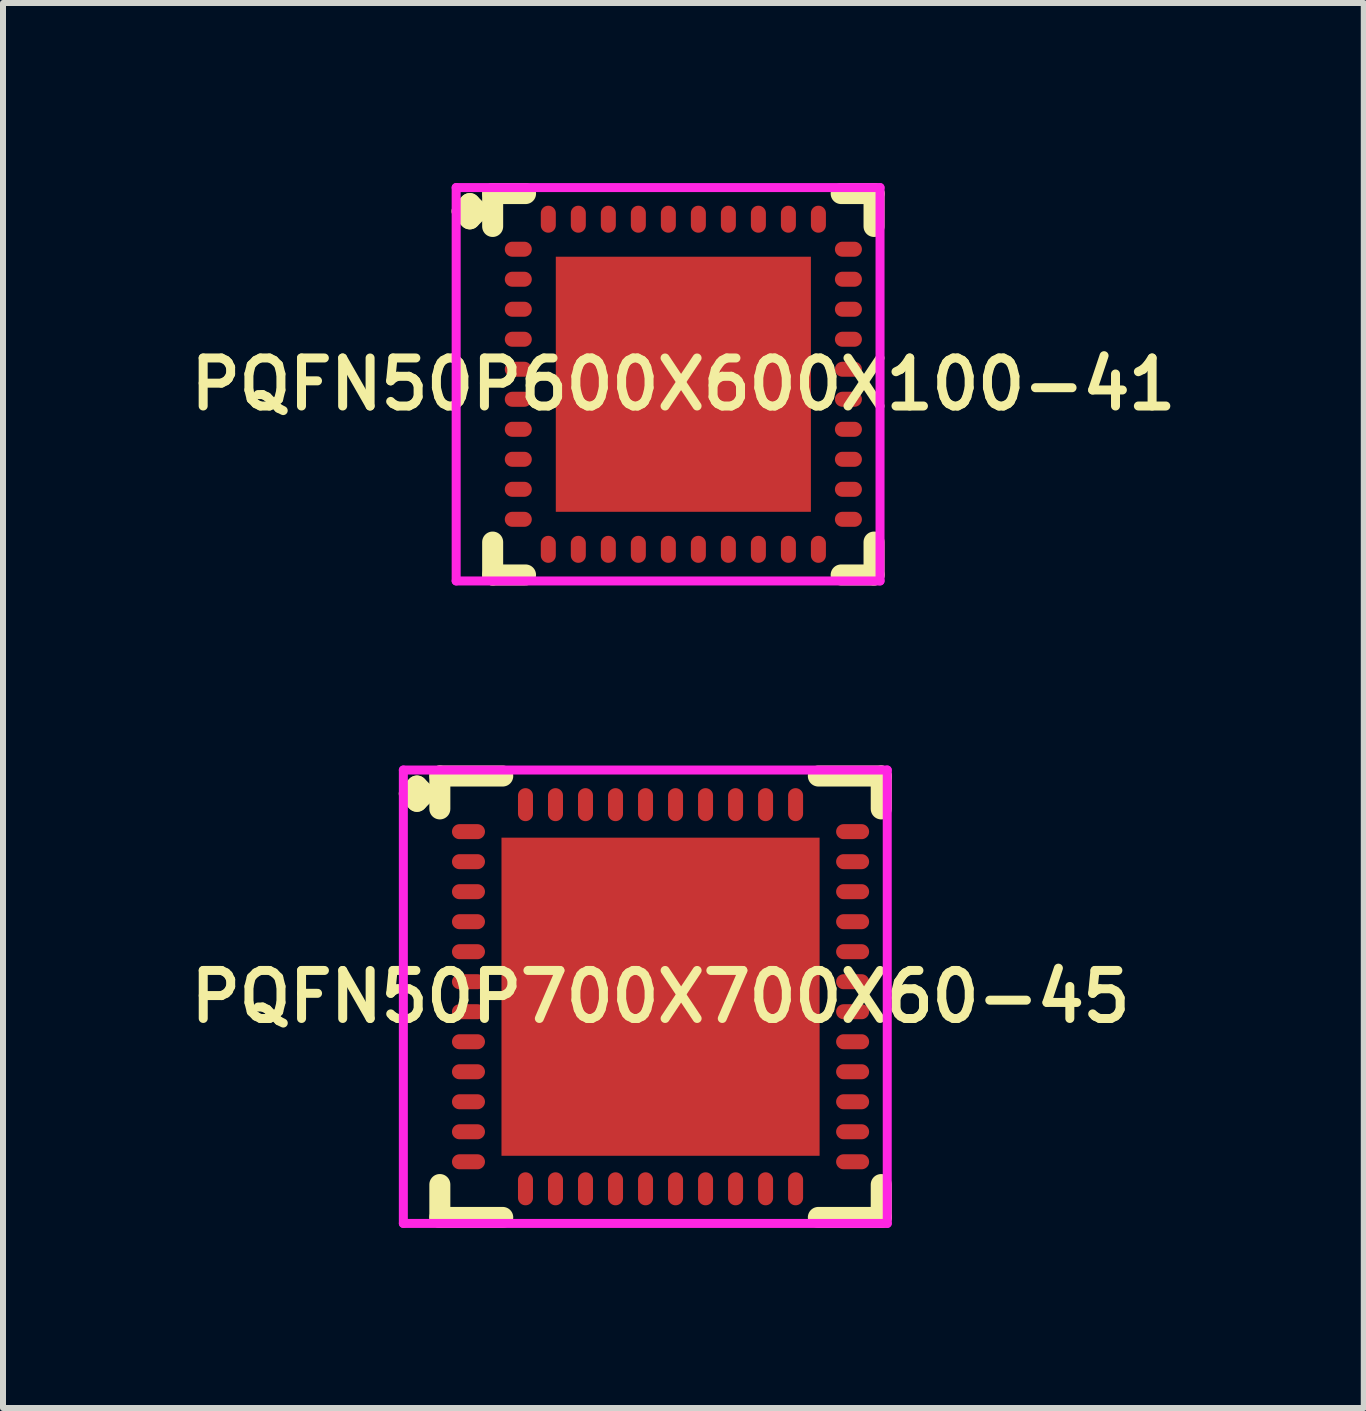
<source format=kicad_pcb>
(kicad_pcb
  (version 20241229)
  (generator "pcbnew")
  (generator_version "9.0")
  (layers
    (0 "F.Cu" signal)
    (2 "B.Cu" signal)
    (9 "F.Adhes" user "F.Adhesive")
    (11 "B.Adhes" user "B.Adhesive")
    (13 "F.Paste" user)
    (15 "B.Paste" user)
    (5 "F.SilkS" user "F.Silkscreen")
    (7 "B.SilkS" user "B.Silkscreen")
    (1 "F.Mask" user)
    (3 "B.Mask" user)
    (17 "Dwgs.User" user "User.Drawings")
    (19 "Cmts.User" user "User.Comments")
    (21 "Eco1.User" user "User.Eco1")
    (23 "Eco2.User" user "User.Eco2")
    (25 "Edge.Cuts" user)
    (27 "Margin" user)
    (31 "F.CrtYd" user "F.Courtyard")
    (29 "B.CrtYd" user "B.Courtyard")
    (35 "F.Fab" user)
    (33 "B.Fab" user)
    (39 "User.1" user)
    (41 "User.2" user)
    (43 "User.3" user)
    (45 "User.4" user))
  (footprint "PQFN50P600X600X100-41"
    (layer "F.Cu")
    (at 8.335 3.352)
    (property "Reference" "PQFN50P600X600X100-41" (at 0 0 0) (layer "F.SilkS") (effects (font (size 0.8 0.8) (thickness 0.15))))
    (attr smd)
    (fp_line (start -3.685 -2.883) (end -3.558 -3.01) (stroke (width 0.35) (type solid)) (layer "F.SilkS"))
    (fp_line (start -3.558 -3.01) (end -3.431 -2.883) (stroke (width 0.35) (type solid)) (layer "F.SilkS"))
    (fp_line (start -3.558 -2.756) (end -3.685 -2.883) (stroke (width 0.35) (type solid)) (layer "F.SilkS"))
    (fp_line (start -3.431 -2.883) (end -3.558 -2.756) (stroke (width 0.35) (type solid)) (layer "F.SilkS"))
    (fp_line (start -3.177 -3.177) (end -2.629 -3.177) (stroke (width 0.35) (type solid)) (layer "F.SilkS"))
    (fp_line (start -3.177 -2.629) (end -3.177 -3.177) (stroke (width 0.35) (type solid)) (layer "F.SilkS"))
    (fp_line (start -3.177 2.629) (end -3.177 3.177) (stroke (width 0.35) (type solid)) (layer "F.SilkS"))
    (fp_line (start -3.177 3.177) (end -2.629 3.177) (stroke (width 0.35) (type solid)) (layer "F.SilkS"))
    (fp_line (start 2.629 -3.177) (end 3.177 -3.177) (stroke (width 0.35) (type solid)) (layer "F.SilkS"))
    (fp_line (start 2.629 3.177) (end 3.177 3.177) (stroke (width 0.35) (type solid)) (layer "F.SilkS"))
    (fp_line (start 3.177 -3.177) (end 3.177 -2.629) (stroke (width 0.35) (type solid)) (layer "F.SilkS"))
    (fp_line (start 3.177 3.177) (end 3.177 2.629) (stroke (width 0.35) (type solid)) (layer "F.SilkS"))
    (fp_line (start -3.785 -3.277) (end 3.277 -3.277) (stroke (width 0.15) (type solid)) (layer "F.CrtYd"))
    (fp_line (start -3.785 3.277) (end -3.785 -3.277) (stroke (width 0.15) (type solid)) (layer "F.CrtYd"))
    (fp_line (start 3.277 -3.277) (end 3.277 3.277) (stroke (width 0.15) (type solid)) (layer "F.CrtYd"))
    (fp_line (start 3.277 3.277) (end -3.785 3.277) (stroke (width 0.15) (type solid)) (layer "F.CrtYd"))
    (pad "1" smd oval (at -2.75 -2.25) (size 0.45 0.25) (layers "F.Cu" "F.Mask" "F.Paste"))
    (pad "2" smd oval (at -2.75 -1.75) (size 0.45 0.25) (layers "F.Cu" "F.Mask" "F.Paste"))
    (pad "3" smd oval (at -2.75 -1.25) (size 0.45 0.25) (layers "F.Cu" "F.Mask" "F.Paste"))
    (pad "4" smd oval (at -2.75 -0.75) (size 0.45 0.25) (layers "F.Cu" "F.Mask" "F.Paste"))
    (pad "5" smd oval (at -2.75 -0.25) (size 0.45 0.25) (layers "F.Cu" "F.Mask" "F.Paste"))
    (pad "6" smd oval (at -2.75 0.25) (size 0.45 0.25) (layers "F.Cu" "F.Mask" "F.Paste"))
    (pad "7" smd oval (at -2.75 0.75) (size 0.45 0.25) (layers "F.Cu" "F.Mask" "F.Paste"))
    (pad "8" smd oval (at -2.75 1.25) (size 0.45 0.25) (layers "F.Cu" "F.Mask" "F.Paste"))
    (pad "9" smd oval (at -2.75 1.75) (size 0.45 0.25) (layers "F.Cu" "F.Mask" "F.Paste"))
    (pad "10" smd oval (at -2.75 2.25) (size 0.45 0.25) (layers "F.Cu" "F.Mask" "F.Paste"))
    (pad "11" smd oval (at -2.25 2.75) (size 0.25 0.45) (layers "F.Cu" "F.Mask" "F.Paste"))
    (pad "12" smd oval (at -1.75 2.75) (size 0.25 0.45) (layers "F.Cu" "F.Mask" "F.Paste"))
    (pad "13" smd oval (at -1.25 2.75) (size 0.25 0.45) (layers "F.Cu" "F.Mask" "F.Paste"))
    (pad "14" smd oval (at -0.75 2.75) (size 0.25 0.45) (layers "F.Cu" "F.Mask" "F.Paste"))
    (pad "15" smd oval (at -0.25 2.75) (size 0.25 0.45) (layers "F.Cu" "F.Mask" "F.Paste"))
    (pad "16" smd oval (at 0.25 2.75) (size 0.25 0.45) (layers "F.Cu" "F.Mask" "F.Paste"))
    (pad "17" smd oval (at 0.75 2.75) (size 0.25 0.45) (layers "F.Cu" "F.Mask" "F.Paste"))
    (pad "18" smd oval (at 1.25 2.75) (size 0.25 0.45) (layers "F.Cu" "F.Mask" "F.Paste"))
    (pad "19" smd oval (at 1.75 2.75) (size 0.25 0.45) (layers "F.Cu" "F.Mask" "F.Paste"))
    (pad "20" smd oval (at 2.25 2.75) (size 0.25 0.45) (layers "F.Cu" "F.Mask" "F.Paste"))
    (pad "21" smd oval (at 2.75 2.25) (size 0.45 0.25) (layers "F.Cu" "F.Mask" "F.Paste"))
    (pad "22" smd oval (at 2.75 1.75) (size 0.45 0.25) (layers "F.Cu" "F.Mask" "F.Paste"))
    (pad "23" smd oval (at 2.75 1.25) (size 0.45 0.25) (layers "F.Cu" "F.Mask" "F.Paste"))
    (pad "24" smd oval (at 2.75 0.75) (size 0.45 0.25) (layers "F.Cu" "F.Mask" "F.Paste"))
    (pad "25" smd oval (at 2.75 0.25) (size 0.45 0.25) (layers "F.Cu" "F.Mask" "F.Paste"))
    (pad "26" smd oval (at 2.75 -0.25) (size 0.45 0.25) (layers "F.Cu" "F.Mask" "F.Paste"))
    (pad "27" smd oval (at 2.75 -0.75) (size 0.45 0.25) (layers "F.Cu" "F.Mask" "F.Paste"))
    (pad "28" smd oval (at 2.75 -1.25) (size 0.45 0.25) (layers "F.Cu" "F.Mask" "F.Paste"))
    (pad "29" smd oval (at 2.75 -1.75) (size 0.45 0.25) (layers "F.Cu" "F.Mask" "F.Paste"))
    (pad "30" smd oval (at 2.75 -2.25) (size 0.45 0.25) (layers "F.Cu" "F.Mask" "F.Paste"))
    (pad "31" smd oval (at 2.25 -2.75) (size 0.25 0.45) (layers "F.Cu" "F.Mask" "F.Paste"))
    (pad "32" smd oval (at 1.75 -2.75) (size 0.25 0.45) (layers "F.Cu" "F.Mask" "F.Paste"))
    (pad "33" smd oval (at 1.25 -2.75) (size 0.25 0.45) (layers "F.Cu" "F.Mask" "F.Paste"))
    (pad "34" smd oval (at 0.75 -2.75) (size 0.25 0.45) (layers "F.Cu" "F.Mask" "F.Paste"))
    (pad "35" smd oval (at 0.25 -2.75) (size 0.25 0.45) (layers "F.Cu" "F.Mask" "F.Paste"))
    (pad "36" smd oval (at -0.25 -2.75) (size 0.25 0.45) (layers "F.Cu" "F.Mask" "F.Paste"))
    (pad "37" smd oval (at -0.75 -2.75) (size 0.25 0.45) (layers "F.Cu" "F.Mask" "F.Paste"))
    (pad "38" smd oval (at -1.25 -2.75) (size 0.25 0.45) (layers "F.Cu" "F.Mask" "F.Paste"))
    (pad "39" smd oval (at -1.75 -2.75) (size 0.25 0.45) (layers "F.Cu" "F.Mask" "F.Paste"))
    (pad "40" smd oval (at -2.25 -2.75) (size 0.25 0.45) (layers "F.Cu" "F.Mask" "F.Paste"))
    (pad "41" smd rect (at 0 0) (size 4.25 4.25) (layers "F.Cu" "F.Mask" "F.Paste")))
  (footprint "PQFN50P700X700X60-45"
    (layer "F.Cu")
    (at 7.955 13.556)
    (property "Reference" "PQFN50P700X700X60-45" (at 0 0 0) (layer "F.SilkS") (effects (font (size 0.8 0.8) (thickness 0.15))))
    (attr smd)
    (fp_line (start -4.185 -3.383) (end -4.058 -3.51) (stroke (width 0.35) (type solid)) (layer "F.SilkS"))
    (fp_line (start -4.058 -3.51) (end -3.931 -3.383) (stroke (width 0.35) (type solid)) (layer "F.SilkS"))
    (fp_line (start -4.058 -3.256) (end -4.185 -3.383) (stroke (width 0.35) (type solid)) (layer "F.SilkS"))
    (fp_line (start -3.931 -3.383) (end -4.058 -3.256) (stroke (width 0.35) (type solid)) (layer "F.SilkS"))
    (fp_line (start -3.677 -3.677) (end -2.629 -3.677) (stroke (width 0.35) (type solid)) (layer "F.SilkS"))
    (fp_line (start -3.677 -3.129) (end -3.677 -3.677) (stroke (width 0.35) (type solid)) (layer "F.SilkS"))
    (fp_line (start -3.677 3.129) (end -3.677 3.677) (stroke (width 0.35) (type solid)) (layer "F.SilkS"))
    (fp_line (start -3.677 3.677) (end -2.629 3.677) (stroke (width 0.35) (type solid)) (layer "F.SilkS"))
    (fp_line (start 2.629 -3.677) (end 3.677 -3.677) (stroke (width 0.35) (type solid)) (layer "F.SilkS"))
    (fp_line (start 2.629 3.677) (end 3.677 3.677) (stroke (width 0.35) (type solid)) (layer "F.SilkS"))
    (fp_line (start 3.677 -3.677) (end 3.677 -3.129) (stroke (width 0.35) (type solid)) (layer "F.SilkS"))
    (fp_line (start 3.677 3.677) (end 3.677 3.129) (stroke (width 0.35) (type solid)) (layer "F.SilkS"))
    (fp_line (start -4.285 -3.777) (end 3.777 -3.777) (stroke (width 0.15) (type solid)) (layer "F.CrtYd"))
    (fp_line (start -4.285 3.777) (end -4.285 -3.777) (stroke (width 0.15) (type solid)) (layer "F.CrtYd"))
    (fp_line (start 3.777 -3.777) (end 3.777 3.777) (stroke (width 0.15) (type solid)) (layer "F.CrtYd"))
    (fp_line (start 3.777 3.777) (end -4.285 3.777) (stroke (width 0.15) (type solid)) (layer "F.CrtYd"))
    (pad "1" smd oval (at -3.2 -2.75) (size 0.55 0.25) (layers "F.Cu" "F.Mask" "F.Paste"))
    (pad "2" smd oval (at -3.2 -2.25) (size 0.55 0.25) (layers "F.Cu" "F.Mask" "F.Paste"))
    (pad "3" smd oval (at -3.2 -1.75) (size 0.55 0.25) (layers "F.Cu" "F.Mask" "F.Paste"))
    (pad "4" smd oval (at -3.2 -1.25) (size 0.55 0.25) (layers "F.Cu" "F.Mask" "F.Paste"))
    (pad "5" smd oval (at -3.2 -0.75) (size 0.55 0.25) (layers "F.Cu" "F.Mask" "F.Paste"))
    (pad "6" smd oval (at -3.2 -0.25) (size 0.55 0.25) (layers "F.Cu" "F.Mask" "F.Paste"))
    (pad "7" smd oval (at -3.2 0.25) (size 0.55 0.25) (layers "F.Cu" "F.Mask" "F.Paste"))
    (pad "8" smd oval (at -3.2 0.75) (size 0.55 0.25) (layers "F.Cu" "F.Mask" "F.Paste"))
    (pad "9" smd oval (at -3.2 1.25) (size 0.55 0.25) (layers "F.Cu" "F.Mask" "F.Paste"))
    (pad "10" smd oval (at -3.2 1.75) (size 0.55 0.25) (layers "F.Cu" "F.Mask" "F.Paste"))
    (pad "11" smd oval (at -3.2 2.25) (size 0.55 0.25) (layers "F.Cu" "F.Mask" "F.Paste"))
    (pad "12" smd oval (at -3.2 2.75) (size 0.55 0.25) (layers "F.Cu" "F.Mask" "F.Paste"))
    (pad "13" smd oval (at -2.25 3.2) (size 0.25 0.55) (layers "F.Cu" "F.Mask" "F.Paste"))
    (pad "14" smd oval (at -1.75 3.2) (size 0.25 0.55) (layers "F.Cu" "F.Mask" "F.Paste"))
    (pad "15" smd oval (at -1.25 3.2) (size 0.25 0.55) (layers "F.Cu" "F.Mask" "F.Paste"))
    (pad "16" smd oval (at -0.75 3.2) (size 0.25 0.55) (layers "F.Cu" "F.Mask" "F.Paste"))
    (pad "17" smd oval (at -0.25 3.2) (size 0.25 0.55) (layers "F.Cu" "F.Mask" "F.Paste"))
    (pad "18" smd oval (at 0.25 3.2) (size 0.25 0.55) (layers "F.Cu" "F.Mask" "F.Paste"))
    (pad "19" smd oval (at 0.75 3.2) (size 0.25 0.55) (layers "F.Cu" "F.Mask" "F.Paste"))
    (pad "20" smd oval (at 1.25 3.2) (size 0.25 0.55) (layers "F.Cu" "F.Mask" "F.Paste"))
    (pad "21" smd oval (at 1.75 3.2) (size 0.25 0.55) (layers "F.Cu" "F.Mask" "F.Paste"))
    (pad "22" smd oval (at 2.25 3.2) (size 0.25 0.55) (layers "F.Cu" "F.Mask" "F.Paste"))
    (pad "23" smd oval (at 3.2 2.75) (size 0.55 0.25) (layers "F.Cu" "F.Mask" "F.Paste"))
    (pad "24" smd oval (at 3.2 2.25) (size 0.55 0.25) (layers "F.Cu" "F.Mask" "F.Paste"))
    (pad "25" smd oval (at 3.2 1.75) (size 0.55 0.25) (layers "F.Cu" "F.Mask" "F.Paste"))
    (pad "26" smd oval (at 3.2 1.25) (size 0.55 0.25) (layers "F.Cu" "F.Mask" "F.Paste"))
    (pad "27" smd oval (at 3.2 0.75) (size 0.55 0.25) (layers "F.Cu" "F.Mask" "F.Paste"))
    (pad "28" smd oval (at 3.2 0.25) (size 0.55 0.25) (layers "F.Cu" "F.Mask" "F.Paste"))
    (pad "29" smd oval (at 3.2 -0.25) (size 0.55 0.25) (layers "F.Cu" "F.Mask" "F.Paste"))
    (pad "30" smd oval (at 3.2 -0.75) (size 0.55 0.25) (layers "F.Cu" "F.Mask" "F.Paste"))
    (pad "31" smd oval (at 3.2 -1.25) (size 0.55 0.25) (layers "F.Cu" "F.Mask" "F.Paste"))
    (pad "32" smd oval (at 3.2 -1.75) (size 0.55 0.25) (layers "F.Cu" "F.Mask" "F.Paste"))
    (pad "33" smd oval (at 3.2 -2.25) (size 0.55 0.25) (layers "F.Cu" "F.Mask" "F.Paste"))
    (pad "34" smd oval (at 3.2 -2.75) (size 0.55 0.25) (layers "F.Cu" "F.Mask" "F.Paste"))
    (pad "35" smd oval (at 2.25 -3.2) (size 0.25 0.55) (layers "F.Cu" "F.Mask" "F.Paste"))
    (pad "36" smd oval (at 1.75 -3.2) (size 0.25 0.55) (layers "F.Cu" "F.Mask" "F.Paste"))
    (pad "37" smd oval (at 1.25 -3.2) (size 0.25 0.55) (layers "F.Cu" "F.Mask" "F.Paste"))
    (pad "38" smd oval (at 0.75 -3.2) (size 0.25 0.55) (layers "F.Cu" "F.Mask" "F.Paste"))
    (pad "39" smd oval (at 0.25 -3.2) (size 0.25 0.55) (layers "F.Cu" "F.Mask" "F.Paste"))
    (pad "40" smd oval (at -0.25 -3.2) (size 0.25 0.55) (layers "F.Cu" "F.Mask" "F.Paste"))
    (pad "41" smd oval (at -0.75 -3.2) (size 0.25 0.55) (layers "F.Cu" "F.Mask" "F.Paste"))
    (pad "42" smd oval (at -1.25 -3.2) (size 0.25 0.55) (layers "F.Cu" "F.Mask" "F.Paste"))
    (pad "43" smd oval (at -1.75 -3.2) (size 0.25 0.55) (layers "F.Cu" "F.Mask" "F.Paste"))
    (pad "44" smd oval (at -2.25 -3.2) (size 0.25 0.55) (layers "F.Cu" "F.Mask" "F.Paste"))
    (pad "45" smd rect (at 0 0) (size 5.3 5.3) (layers "F.Cu" "F.Mask" "F.Paste")))
  (gr_rect
    (start -3 -3)
    (end 19.671 20.408)
    (stroke (width 0.1) (type default))
    (fill no)
    (layer "Edge.Cuts")))
</source>
